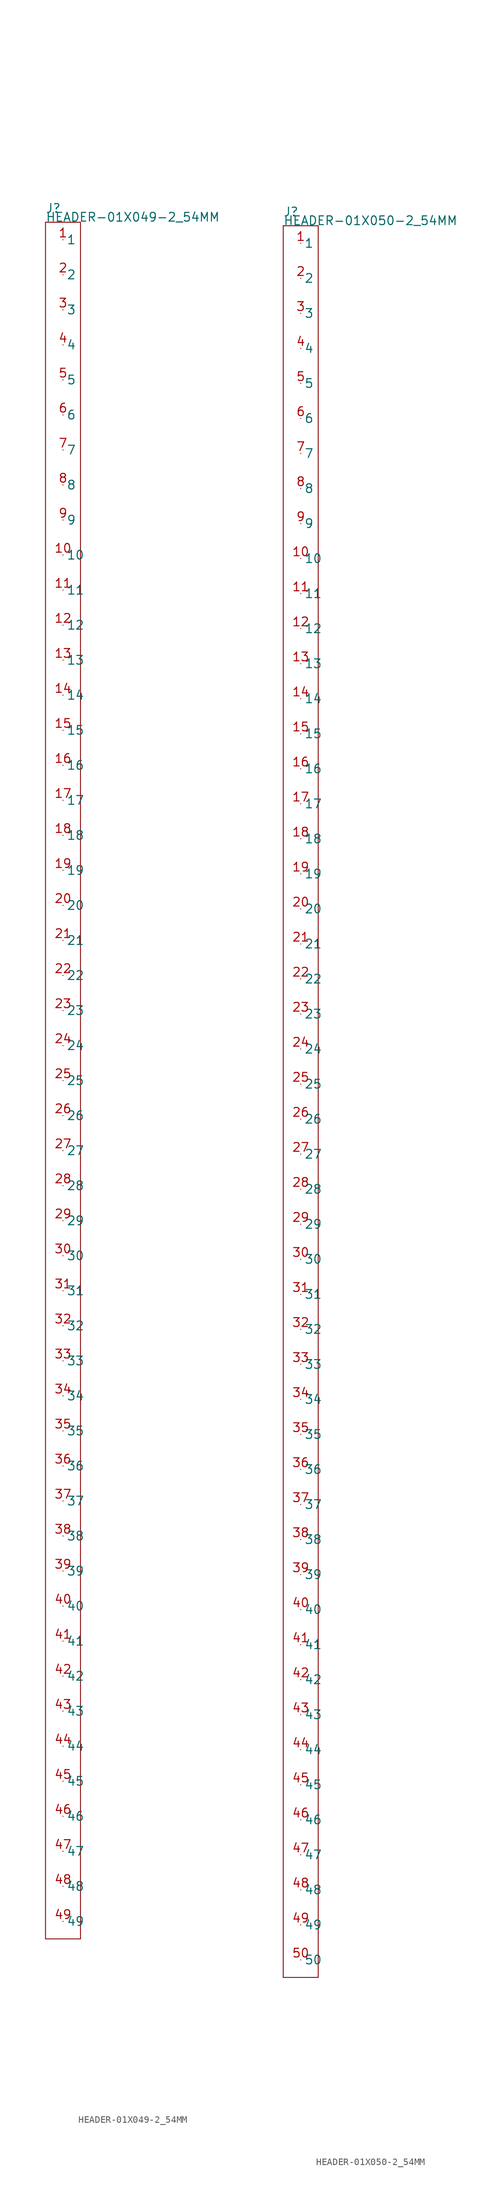
<source format=kicad_sym>
(kicad_symbol_lib
  (version 20211014)
  (generator kicad_symbol_editor)
  (symbol "HEADER-01X049-2_54MM"
    (pin_names)
    (property "Reference" "J"
      (at -2.54 125.73 0)
      (effects (font (size 1.27 1.27)) (justify left bottom)))
    (property "Value" "HEADER-01X049-2_54MM"
      (at -2.54 124.46 0)
      (effects (font (size 1.27 1.27)) (justify left bottom)))
    (property "Datasheet" ""
      (at 0 0 0))
    (property "ki_description" "Header 1x49  - Header Vertical 49POS 2.54MM Technical Specifications: Pitch: 0.1\" (2.54mm) "
      (at 0 0 0))
    (property "ki_fp_filters" "FlashPCB_Connectors:HEADER-THT-01X049-2_54MM FlashPCB_Connectors:HEADER-THT-LONG-01X049-2_54MM FlashPCB_Connectors:HEADER-THT-NOSILK-01X049-2_54MM FlashPCB_Connectors:HEADER-THT-LONG-NOSILK-01X049-2_54MM"
      (at 0 0 0))
    (symbol "HEADER-01X049-2_54MM_1_1"
      (polyline (pts (xy -2.54 124.46) (xy 2.54 124.46)) (stroke (width 0.127)) (fill (type none)))
      (polyline (pts (xy 2.54 124.46) (xy 2.54 -124.46)) (stroke (width 0.127)) (fill (type none)))
      (polyline (pts (xy 2.54 -124.46) (xy -2.54 -124.46)) (stroke (width 0.127)) (fill (type none)))
      (polyline (pts (xy -2.54 -124.46) (xy -2.54 124.46)) (stroke (width 0.127)) (fill (type none)))
      (pin bidirectional line (at 0 121.92 0) (length 0) (name "1" (effects (font (size 1.27 1.27)))) (number "1" (effects (font (size 1.27 1.27)))))
      (pin bidirectional line (at 0 116.84 0) (length 0) (name "2" (effects (font (size 1.27 1.27)))) (number "2" (effects (font (size 1.27 1.27)))))
      (pin bidirectional line (at 0 111.76 0) (length 0) (name "3" (effects (font (size 1.27 1.27)))) (number "3" (effects (font (size 1.27 1.27)))))
      (pin bidirectional line (at 0 106.68 0) (length 0) (name "4" (effects (font (size 1.27 1.27)))) (number "4" (effects (font (size 1.27 1.27)))))
      (pin bidirectional line (at 0 101.6 0) (length 0) (name "5" (effects (font (size 1.27 1.27)))) (number "5" (effects (font (size 1.27 1.27)))))
      (pin bidirectional line (at 0 96.52 0) (length 0) (name "6" (effects (font (size 1.27 1.27)))) (number "6" (effects (font (size 1.27 1.27)))))
      (pin bidirectional line (at 0 91.44 0) (length 0) (name "7" (effects (font (size 1.27 1.27)))) (number "7" (effects (font (size 1.27 1.27)))))
      (pin bidirectional line (at 0 86.36 0) (length 0) (name "8" (effects (font (size 1.27 1.27)))) (number "8" (effects (font (size 1.27 1.27)))))
      (pin bidirectional line (at 0 81.28 0) (length 0) (name "9" (effects (font (size 1.27 1.27)))) (number "9" (effects (font (size 1.27 1.27)))))
      (pin bidirectional line (at 0 76.2 0) (length 0) (name "10" (effects (font (size 1.27 1.27)))) (number "10" (effects (font (size 1.27 1.27)))))
      (pin bidirectional line (at 0 71.12 0) (length 0) (name "11" (effects (font (size 1.27 1.27)))) (number "11" (effects (font (size 1.27 1.27)))))
      (pin bidirectional line (at 0 66.04 0) (length 0) (name "12" (effects (font (size 1.27 1.27)))) (number "12" (effects (font (size 1.27 1.27)))))
      (pin bidirectional line (at 0 60.96 0) (length 0) (name "13" (effects (font (size 1.27 1.27)))) (number "13" (effects (font (size 1.27 1.27)))))
      (pin bidirectional line (at 0 55.88 0) (length 0) (name "14" (effects (font (size 1.27 1.27)))) (number "14" (effects (font (size 1.27 1.27)))))
      (pin bidirectional line (at 0 50.8 0) (length 0) (name "15" (effects (font (size 1.27 1.27)))) (number "15" (effects (font (size 1.27 1.27)))))
      (pin bidirectional line (at 0 45.72 0) (length 0) (name "16" (effects (font (size 1.27 1.27)))) (number "16" (effects (font (size 1.27 1.27)))))
      (pin bidirectional line (at 0 40.64 0) (length 0) (name "17" (effects (font (size 1.27 1.27)))) (number "17" (effects (font (size 1.27 1.27)))))
      (pin bidirectional line (at 0 35.56 0) (length 0) (name "18" (effects (font (size 1.27 1.27)))) (number "18" (effects (font (size 1.27 1.27)))))
      (pin bidirectional line (at 0 30.48 0) (length 0) (name "19" (effects (font (size 1.27 1.27)))) (number "19" (effects (font (size 1.27 1.27)))))
      (pin bidirectional line (at 0 25.4 0) (length 0) (name "20" (effects (font (size 1.27 1.27)))) (number "20" (effects (font (size 1.27 1.27)))))
      (pin bidirectional line (at 0 20.32 0) (length 0) (name "21" (effects (font (size 1.27 1.27)))) (number "21" (effects (font (size 1.27 1.27)))))
      (pin bidirectional line (at 0 15.24 0) (length 0) (name "22" (effects (font (size 1.27 1.27)))) (number "22" (effects (font (size 1.27 1.27)))))
      (pin bidirectional line (at 0 10.16 0) (length 0) (name "23" (effects (font (size 1.27 1.27)))) (number "23" (effects (font (size 1.27 1.27)))))
      (pin bidirectional line (at 0 5.08 0) (length 0) (name "24" (effects (font (size 1.27 1.27)))) (number "24" (effects (font (size 1.27 1.27)))))
      (pin bidirectional line (at 0 0 0) (length 0) (name "25" (effects (font (size 1.27 1.27)))) (number "25" (effects (font (size 1.27 1.27)))))
      (pin bidirectional line (at 0 -5.08 0) (length 0) (name "26" (effects (font (size 1.27 1.27)))) (number "26" (effects (font (size 1.27 1.27)))))
      (pin bidirectional line (at 0 -10.16 0) (length 0) (name "27" (effects (font (size 1.27 1.27)))) (number "27" (effects (font (size 1.27 1.27)))))
      (pin bidirectional line (at 0 -15.24 0) (length 0) (name "28" (effects (font (size 1.27 1.27)))) (number "28" (effects (font (size 1.27 1.27)))))
      (pin bidirectional line (at 0 -20.32 0) (length 0) (name "29" (effects (font (size 1.27 1.27)))) (number "29" (effects (font (size 1.27 1.27)))))
      (pin bidirectional line (at 0 -25.4 0) (length 0) (name "30" (effects (font (size 1.27 1.27)))) (number "30" (effects (font (size 1.27 1.27)))))
      (pin bidirectional line (at 0 -30.48 0) (length 0) (name "31" (effects (font (size 1.27 1.27)))) (number "31" (effects (font (size 1.27 1.27)))))
      (pin bidirectional line (at 0 -35.56 0) (length 0) (name "32" (effects (font (size 1.27 1.27)))) (number "32" (effects (font (size 1.27 1.27)))))
      (pin bidirectional line (at 0 -40.64 0) (length 0) (name "33" (effects (font (size 1.27 1.27)))) (number "33" (effects (font (size 1.27 1.27)))))
      (pin bidirectional line (at 0 -45.72 0) (length 0) (name "34" (effects (font (size 1.27 1.27)))) (number "34" (effects (font (size 1.27 1.27)))))
      (pin bidirectional line (at 0 -50.8 0) (length 0) (name "35" (effects (font (size 1.27 1.27)))) (number "35" (effects (font (size 1.27 1.27)))))
      (pin bidirectional line (at 0 -55.88 0) (length 0) (name "36" (effects (font (size 1.27 1.27)))) (number "36" (effects (font (size 1.27 1.27)))))
      (pin bidirectional line (at 0 -60.96 0) (length 0) (name "37" (effects (font (size 1.27 1.27)))) (number "37" (effects (font (size 1.27 1.27)))))
      (pin bidirectional line (at 0 -66.04 0) (length 0) (name "38" (effects (font (size 1.27 1.27)))) (number "38" (effects (font (size 1.27 1.27)))))
      (pin bidirectional line (at 0 -71.12 0) (length 0) (name "39" (effects (font (size 1.27 1.27)))) (number "39" (effects (font (size 1.27 1.27)))))
      (pin bidirectional line (at 0 -76.2 0) (length 0) (name "40" (effects (font (size 1.27 1.27)))) (number "40" (effects (font (size 1.27 1.27)))))
      (pin bidirectional line (at 0 -81.28 0) (length 0) (name "41" (effects (font (size 1.27 1.27)))) (number "41" (effects (font (size 1.27 1.27)))))
      (pin bidirectional line (at 0 -86.36 0) (length 0) (name "42" (effects (font (size 1.27 1.27)))) (number "42" (effects (font (size 1.27 1.27)))))
      (pin bidirectional line (at 0 -91.44 0) (length 0) (name "43" (effects (font (size 1.27 1.27)))) (number "43" (effects (font (size 1.27 1.27)))))
      (pin bidirectional line (at 0 -96.52 0) (length 0) (name "44" (effects (font (size 1.27 1.27)))) (number "44" (effects (font (size 1.27 1.27)))))
      (pin bidirectional line (at 0 -101.6 0) (length 0) (name "45" (effects (font (size 1.27 1.27)))) (number "45" (effects (font (size 1.27 1.27)))))
      (pin bidirectional line (at 0 -106.68 0) (length 0) (name "46" (effects (font (size 1.27 1.27)))) (number "46" (effects (font (size 1.27 1.27)))))
      (pin bidirectional line (at 0 -111.76 0) (length 0) (name "47" (effects (font (size 1.27 1.27)))) (number "47" (effects (font (size 1.27 1.27)))))
      (pin bidirectional line (at 0 -116.84 0) (length 0) (name "48" (effects (font (size 1.27 1.27)))) (number "48" (effects (font (size 1.27 1.27)))))
      (pin bidirectional line (at 0 -121.92 0) (length 0) (name "49" (effects (font (size 1.27 1.27)))) (number "49" (effects (font (size 1.27 1.27)))))))
  (symbol "HEADER-01X050-2_54MM"
    (pin_names)
    (property "Reference" "J"
      (at -2.54 128.27 0)
      (effects (font (size 1.27 1.27)) (justify left bottom)))
    (property "Value" "HEADER-01X050-2_54MM"
      (at -2.54 127 0)
      (effects (font (size 1.27 1.27)) (justify left bottom)))
    (property "Datasheet" ""
      (at 0 0 0))
    (property "ki_description" "Header 1x50  - Header Vertical 50POS 2.54MM Technical Specifications: Pitch: 0.1\" (2.54mm) "
      (at 0 0 0))
    (property "ki_fp_filters" "FlashPCB_Connectors:HEADER-THT-01X050-2_54MM FlashPCB_Connectors:HEADER-THT-LONG-01X050-2_54MM FlashPCB_Connectors:HEADER-THT-NOSILK-01X050-2_54MM FlashPCB_Connectors:HEADER-THT-LONG-NOSILK-01X050-2_54MM"
      (at 0 0 0))
    (symbol "HEADER-01X050-2_54MM_1_1"
      (polyline (pts (xy -2.54 127) (xy 2.54 127)) (stroke (width 0.127)) (fill (type none)))
      (polyline (pts (xy 2.54 127) (xy 2.54 -127)) (stroke (width 0.127)) (fill (type none)))
      (polyline (pts (xy 2.54 -127) (xy -2.54 -127)) (stroke (width 0.127)) (fill (type none)))
      (polyline (pts (xy -2.54 -127) (xy -2.54 127)) (stroke (width 0.127)) (fill (type none)))
      (pin bidirectional line (at 0 124.46 0) (length 0) (name "1" (effects (font (size 1.27 1.27)))) (number "1" (effects (font (size 1.27 1.27)))))
      (pin bidirectional line (at 0 119.38 0) (length 0) (name "2" (effects (font (size 1.27 1.27)))) (number "2" (effects (font (size 1.27 1.27)))))
      (pin bidirectional line (at 0 114.3 0) (length 0) (name "3" (effects (font (size 1.27 1.27)))) (number "3" (effects (font (size 1.27 1.27)))))
      (pin bidirectional line (at 0 109.22 0) (length 0) (name "4" (effects (font (size 1.27 1.27)))) (number "4" (effects (font (size 1.27 1.27)))))
      (pin bidirectional line (at 0 104.14 0) (length 0) (name "5" (effects (font (size 1.27 1.27)))) (number "5" (effects (font (size 1.27 1.27)))))
      (pin bidirectional line (at 0 99.06 0) (length 0) (name "6" (effects (font (size 1.27 1.27)))) (number "6" (effects (font (size 1.27 1.27)))))
      (pin bidirectional line (at 0 93.98 0) (length 0) (name "7" (effects (font (size 1.27 1.27)))) (number "7" (effects (font (size 1.27 1.27)))))
      (pin bidirectional line (at 0 88.9 0) (length 0) (name "8" (effects (font (size 1.27 1.27)))) (number "8" (effects (font (size 1.27 1.27)))))
      (pin bidirectional line (at 0 83.82 0) (length 0) (name "9" (effects (font (size 1.27 1.27)))) (number "9" (effects (font (size 1.27 1.27)))))
      (pin bidirectional line (at 0 78.74 0) (length 0) (name "10" (effects (font (size 1.27 1.27)))) (number "10" (effects (font (size 1.27 1.27)))))
      (pin bidirectional line (at 0 73.66 0) (length 0) (name "11" (effects (font (size 1.27 1.27)))) (number "11" (effects (font (size 1.27 1.27)))))
      (pin bidirectional line (at 0 68.58 0) (length 0) (name "12" (effects (font (size 1.27 1.27)))) (number "12" (effects (font (size 1.27 1.27)))))
      (pin bidirectional line (at 0 63.5 0) (length 0) (name "13" (effects (font (size 1.27 1.27)))) (number "13" (effects (font (size 1.27 1.27)))))
      (pin bidirectional line (at 0 58.42 0) (length 0) (name "14" (effects (font (size 1.27 1.27)))) (number "14" (effects (font (size 1.27 1.27)))))
      (pin bidirectional line (at 0 53.34 0) (length 0) (name "15" (effects (font (size 1.27 1.27)))) (number "15" (effects (font (size 1.27 1.27)))))
      (pin bidirectional line (at 0 48.26 0) (length 0) (name "16" (effects (font (size 1.27 1.27)))) (number "16" (effects (font (size 1.27 1.27)))))
      (pin bidirectional line (at 0 43.18 0) (length 0) (name "17" (effects (font (size 1.27 1.27)))) (number "17" (effects (font (size 1.27 1.27)))))
      (pin bidirectional line (at 0 38.1 0) (length 0) (name "18" (effects (font (size 1.27 1.27)))) (number "18" (effects (font (size 1.27 1.27)))))
      (pin bidirectional line (at 0 33.02 0) (length 0) (name "19" (effects (font (size 1.27 1.27)))) (number "19" (effects (font (size 1.27 1.27)))))
      (pin bidirectional line (at 0 27.94 0) (length 0) (name "20" (effects (font (size 1.27 1.27)))) (number "20" (effects (font (size 1.27 1.27)))))
      (pin bidirectional line (at 0 22.86 0) (length 0) (name "21" (effects (font (size 1.27 1.27)))) (number "21" (effects (font (size 1.27 1.27)))))
      (pin bidirectional line (at 0 17.78 0) (length 0) (name "22" (effects (font (size 1.27 1.27)))) (number "22" (effects (font (size 1.27 1.27)))))
      (pin bidirectional line (at 0 12.7 0) (length 0) (name "23" (effects (font (size 1.27 1.27)))) (number "23" (effects (font (size 1.27 1.27)))))
      (pin bidirectional line (at 0 7.62 0) (length 0) (name "24" (effects (font (size 1.27 1.27)))) (number "24" (effects (font (size 1.27 1.27)))))
      (pin bidirectional line (at 0 2.54 0) (length 0) (name "25" (effects (font (size 1.27 1.27)))) (number "25" (effects (font (size 1.27 1.27)))))
      (pin bidirectional line (at 0 -2.54 0) (length 0) (name "26" (effects (font (size 1.27 1.27)))) (number "26" (effects (font (size 1.27 1.27)))))
      (pin bidirectional line (at 0 -7.62 0) (length 0) (name "27" (effects (font (size 1.27 1.27)))) (number "27" (effects (font (size 1.27 1.27)))))
      (pin bidirectional line (at 0 -12.7 0) (length 0) (name "28" (effects (font (size 1.27 1.27)))) (number "28" (effects (font (size 1.27 1.27)))))
      (pin bidirectional line (at 0 -17.78 0) (length 0) (name "29" (effects (font (size 1.27 1.27)))) (number "29" (effects (font (size 1.27 1.27)))))
      (pin bidirectional line (at 0 -22.86 0) (length 0) (name "30" (effects (font (size 1.27 1.27)))) (number "30" (effects (font (size 1.27 1.27)))))
      (pin bidirectional line (at 0 -27.94 0) (length 0) (name "31" (effects (font (size 1.27 1.27)))) (number "31" (effects (font (size 1.27 1.27)))))
      (pin bidirectional line (at 0 -33.02 0) (length 0) (name "32" (effects (font (size 1.27 1.27)))) (number "32" (effects (font (size 1.27 1.27)))))
      (pin bidirectional line (at 0 -38.1 0) (length 0) (name "33" (effects (font (size 1.27 1.27)))) (number "33" (effects (font (size 1.27 1.27)))))
      (pin bidirectional line (at 0 -43.18 0) (length 0) (name "34" (effects (font (size 1.27 1.27)))) (number "34" (effects (font (size 1.27 1.27)))))
      (pin bidirectional line (at 0 -48.26 0) (length 0) (name "35" (effects (font (size 1.27 1.27)))) (number "35" (effects (font (size 1.27 1.27)))))
      (pin bidirectional line (at 0 -53.34 0) (length 0) (name "36" (effects (font (size 1.27 1.27)))) (number "36" (effects (font (size 1.27 1.27)))))
      (pin bidirectional line (at 0 -58.42 0) (length 0) (name "37" (effects (font (size 1.27 1.27)))) (number "37" (effects (font (size 1.27 1.27)))))
      (pin bidirectional line (at 0 -63.5 0) (length 0) (name "38" (effects (font (size 1.27 1.27)))) (number "38" (effects (font (size 1.27 1.27)))))
      (pin bidirectional line (at 0 -68.58 0) (length 0) (name "39" (effects (font (size 1.27 1.27)))) (number "39" (effects (font (size 1.27 1.27)))))
      (pin bidirectional line (at 0 -73.66 0) (length 0) (name "40" (effects (font (size 1.27 1.27)))) (number "40" (effects (font (size 1.27 1.27)))))
      (pin bidirectional line (at 0 -78.74 0) (length 0) (name "41" (effects (font (size 1.27 1.27)))) (number "41" (effects (font (size 1.27 1.27)))))
      (pin bidirectional line (at 0 -83.82 0) (length 0) (name "42" (effects (font (size 1.27 1.27)))) (number "42" (effects (font (size 1.27 1.27)))))
      (pin bidirectional line (at 0 -88.9 0) (length 0) (name "43" (effects (font (size 1.27 1.27)))) (number "43" (effects (font (size 1.27 1.27)))))
      (pin bidirectional line (at 0 -93.98 0) (length 0) (name "44" (effects (font (size 1.27 1.27)))) (number "44" (effects (font (size 1.27 1.27)))))
      (pin bidirectional line (at 0 -99.06 0) (length 0) (name "45" (effects (font (size 1.27 1.27)))) (number "45" (effects (font (size 1.27 1.27)))))
      (pin bidirectional line (at 0 -104.14 0) (length 0) (name "46" (effects (font (size 1.27 1.27)))) (number "46" (effects (font (size 1.27 1.27)))))
      (pin bidirectional line (at 0 -109.22 0) (length 0) (name "47" (effects (font (size 1.27 1.27)))) (number "47" (effects (font (size 1.27 1.27)))))
      (pin bidirectional line (at 0 -114.3 0) (length 0) (name "48" (effects (font (size 1.27 1.27)))) (number "48" (effects (font (size 1.27 1.27)))))
      (pin bidirectional line (at 0 -119.38 0) (length 0) (name "49" (effects (font (size 1.27 1.27)))) (number "49" (effects (font (size 1.27 1.27)))))
      (pin bidirectional line (at 0 -124.46 0) (length 0) (name "50" (effects (font (size 1.27 1.27)))) (number "50" (effects (font (size 1.27 1.27))))))))
</source>
